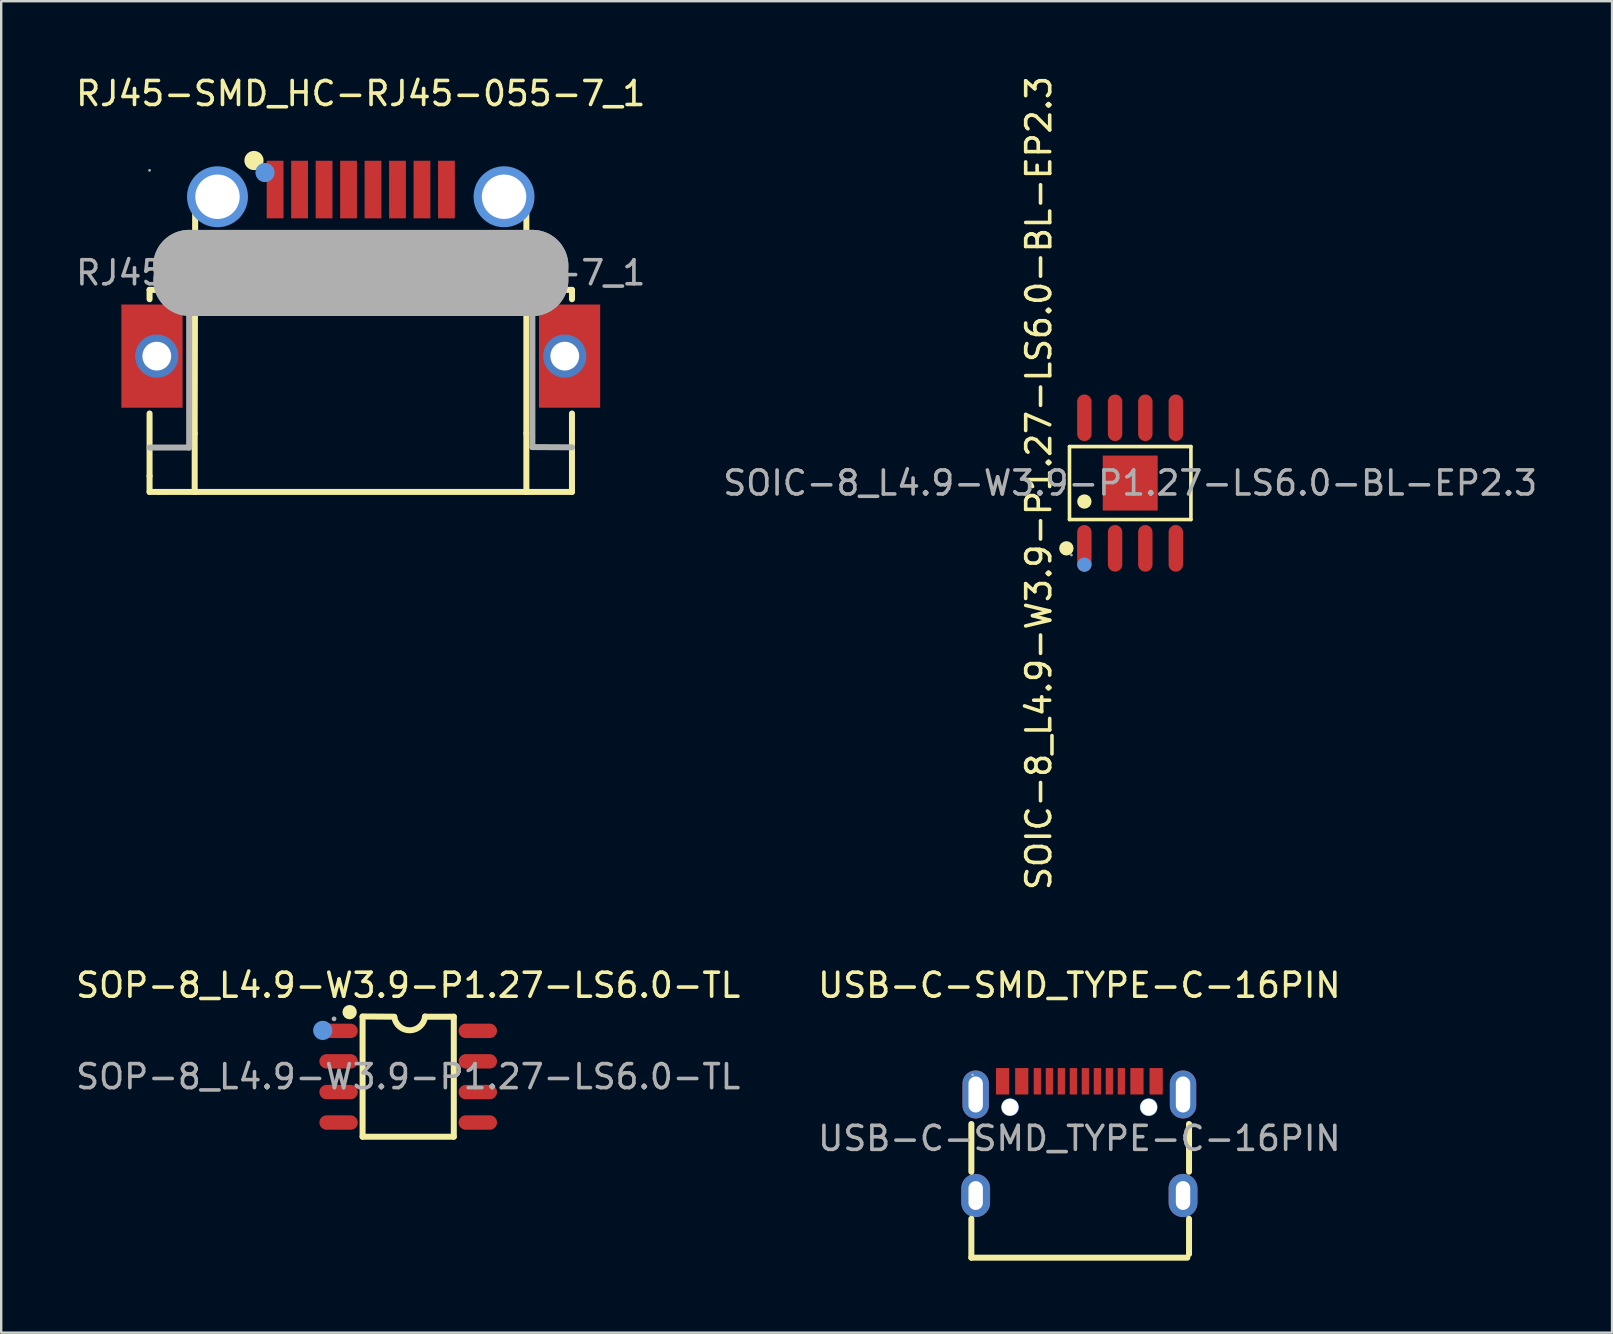
<source format=kicad_pcb>
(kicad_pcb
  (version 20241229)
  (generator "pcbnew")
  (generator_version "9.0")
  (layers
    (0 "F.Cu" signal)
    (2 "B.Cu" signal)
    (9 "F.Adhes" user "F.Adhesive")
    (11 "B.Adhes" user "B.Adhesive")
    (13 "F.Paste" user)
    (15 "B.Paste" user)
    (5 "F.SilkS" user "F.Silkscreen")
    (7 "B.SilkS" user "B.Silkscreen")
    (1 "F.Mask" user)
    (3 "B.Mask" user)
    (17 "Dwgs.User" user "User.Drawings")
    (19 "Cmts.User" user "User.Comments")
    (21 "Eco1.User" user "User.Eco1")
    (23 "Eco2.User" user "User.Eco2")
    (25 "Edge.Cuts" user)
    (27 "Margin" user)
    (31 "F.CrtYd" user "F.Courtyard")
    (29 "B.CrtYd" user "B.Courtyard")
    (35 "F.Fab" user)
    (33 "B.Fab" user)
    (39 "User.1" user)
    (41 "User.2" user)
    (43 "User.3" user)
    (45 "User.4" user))
  (footprint "SOIC-8_L4.9-W3.9-P1.27-LS6.0-BL-EP2.3"
    (layer "F.Cu")
    (at 44.042 17.077)
    (property "Reference" "SOIC-8_L4.9-W3.9-P1.27-LS6.0-BL-EP2.3" (at -3.81 0 90) (layer "F.SilkS") (effects (font (size 1 1) (thickness 0.15))))
    (attr smd)
    (fp_line (start -2.53 -1.52) (end 2.53 -1.52) (stroke (width 0.15) (type solid)) (layer "F.SilkS"))
    (fp_line (start -2.53 1.52) (end -2.53 -1.52) (stroke (width 0.15) (type solid)) (layer "F.SilkS"))
    (fp_line (start 2.53 -1.52) (end 2.53 1.52) (stroke (width 0.15) (type solid)) (layer "F.SilkS"))
    (fp_line (start 2.53 1.52) (end -2.53 1.52) (stroke (width 0.15) (type solid)) (layer "F.SilkS"))
    (fp_circle (center -2.66 2.72) (end -2.51 2.72) (stroke (width 0.3) (type solid)) (fill no) (layer "F.SilkS"))
    (fp_circle (center -1.91 0.77) (end -1.76 0.77) (stroke (width 0.3) (type solid)) (fill no) (layer "F.SilkS"))
    (fp_circle (center -1.91 3.4) (end -1.76 3.4) (stroke (width 0.3) (type solid)) (fill no) (layer "Cmts.User"))
    (fp_circle (center -2.45 3) (end -2.42 3) (stroke (width 0.06) (type solid)) (fill no) (layer "F.Fab"))
    (fp_text user "${REFERENCE}" (at 0 0 0) (layer "F.Fab") (effects (font (size 1 1) (thickness 0.15))))
    (pad "1" smd oval (at -1.91 2.72) (size 0.6 1.94) (layers "F.Cu" "F.Mask" "F.Paste"))
    (pad "2" smd oval (at -0.63 2.72) (size 0.6 1.94) (layers "F.Cu" "F.Mask" "F.Paste"))
    (pad "3" smd oval (at 0.63 2.72) (size 0.6 1.94) (layers "F.Cu" "F.Mask" "F.Paste"))
    (pad "4" smd oval (at 1.9 2.72) (size 0.6 1.94) (layers "F.Cu" "F.Mask" "F.Paste"))
    (pad "5" smd oval (at 1.9 -2.72) (size 0.6 1.94) (layers "F.Cu" "F.Mask" "F.Paste"))
    (pad "6" smd oval (at 0.63 -2.72) (size 0.6 1.94) (layers "F.Cu" "F.Mask" "F.Paste"))
    (pad "7" smd oval (at -0.63 -2.72) (size 0.6 1.94) (layers "F.Cu" "F.Mask" "F.Paste"))
    (pad "8" smd oval (at -1.91 -2.72) (size 0.6 1.94) (layers "F.Cu" "F.Mask" "F.Paste"))
    (pad "9" smd rect (at 0 0) (size 2.29 2.29) (layers "F.Cu" "F.Mask" "F.Paste")))
  (footprint "SOP-8_L4.9-W3.9-P1.27-LS6.0-TL"
    (layer "F.Cu")
    (at 13.958 41.813)
    (property "Reference" "SOP-8_L4.9-W3.9-P1.27-LS6.0-TL" (at 0 -3.81 0) (layer "F.SilkS") (effects (font (size 1 1) (thickness 0.15))))
    (attr smd)
    (fp_line (start -1.9 -2.51) (end -0.58 -2.5) (stroke (width 0.25) (type solid)) (layer "F.SilkS"))
    (fp_line (start -1.9 2.5) (end -1.9 -2.5) (stroke (width 0.25) (type solid)) (layer "F.SilkS"))
    (fp_line (start -1.9 2.5) (end 1.9 2.5) (stroke (width 0.25) (type solid)) (layer "F.SilkS"))
    (fp_line (start 1.9 -2.5) (end 0.71 -2.5) (stroke (width 0.25) (type solid)) (layer "F.SilkS"))
    (fp_line (start 1.9 2.5) (end 1.9 -2.5) (stroke (width 0.25) (type solid)) (layer "F.SilkS"))
    (fp_arc (start -2.44 -2.69) (mid -2.44 -2.69) (end -2.44 -2.69) (stroke (width 0.3) (type solid)) (layer "F.SilkS"))
    (fp_arc (start 0.702535 -2.510365) (mid 0.070261 -1.933784) (end -0.58 -2.49) (stroke (width 0.25) (type solid)) (layer "F.SilkS"))
    (fp_circle (center -3.56 -1.93) (end -3.36 -1.93) (stroke (width 0.4) (type solid)) (fill no) (layer "Cmts.User"))
    (fp_circle (center -3.09 -2.41) (end -3.04 -2.41) (stroke (width 0.1) (type solid)) (fill no) (layer "F.Fab"))
    (fp_text user "${REFERENCE}" (at 0 0 0) (layer "F.Fab") (effects (font (size 1 1) (thickness 0.15))))
    (pad "1" smd oval (at -2.9 -1.91 90) (size 0.6 1.6) (layers "F.Cu" "F.Mask" "F.Paste"))
    (pad "2" smd oval (at -2.9 -0.64 90) (size 0.6 1.6) (layers "F.Cu" "F.Mask" "F.Paste"))
    (pad "3" smd oval (at -2.9 0.64 90) (size 0.6 1.6) (layers "F.Cu" "F.Mask" "F.Paste"))
    (pad "4" smd oval (at -2.9 1.91 90) (size 0.6 1.6) (layers "F.Cu" "F.Mask" "F.Paste"))
    (pad "5" smd oval (at 2.9 1.91 90) (size 0.6 1.6) (layers "F.Cu" "F.Mask" "F.Paste"))
    (pad "6" smd oval (at 2.9 0.64 90) (size 0.6 1.6) (layers "F.Cu" "F.Mask" "F.Paste"))
    (pad "7" smd oval (at 2.9 -0.64 90) (size 0.6 1.6) (layers "F.Cu" "F.Mask" "F.Paste"))
    (pad "8" smd oval (at 2.9 -1.91 90) (size 0.6 1.6) (layers "F.Cu" "F.Mask" "F.Paste")))
  (footprint "RJ45-SMD_HC-RJ45-055-7_1"
    (layer "F.Cu")
    (at 11.982 8.318)
    (property "Reference" "RJ45-SMD_HC-RJ45-055-7_1" (at 0 -7.47 0) (layer "F.SilkS") (effects (font (size 1 1) (thickness 0.15))))
    (attr smd)
    (fp_line (start -8.8 0.71) (end -8.25 0.71) (stroke (width 0.25) (type solid)) (layer "F.SilkS"))
    (fp_line (start -8.8 1.1) (end -8.8 0.71) (stroke (width 0.25) (type solid)) (layer "F.SilkS"))
    (fp_line (start -8.8 8.46) (end -8.8 5.86) (stroke (width 0.25) (type solid)) (layer "F.SilkS"))
    (fp_line (start -8.8 8.46) (end -8.8 9.13) (stroke (width 0.25) (type solid)) (layer "F.SilkS"))
    (fp_line (start -8.4 0.71) (end -6.91 0.71) (stroke (width 0.25) (type solid)) (layer "F.SilkS"))
    (fp_line (start -8.4 9.13) (end -8.8 9.13) (stroke (width 0.25) (type solid)) (layer "F.SilkS"))
    (fp_line (start -8.4 9.13) (end -6.9 9.13) (stroke (width 0.25) (type solid)) (layer "F.SilkS"))
    (fp_line (start -6.92 6.7) (end -6.92 9.13) (stroke (width 0.25) (type solid)) (layer "F.SilkS"))
    (fp_line (start -6.9 -2.55) (end -6.92 6.7) (stroke (width 0.25) (type solid)) (layer "F.SilkS"))
    (fp_line (start -6.9 9.13) (end 6.9 9.13) (stroke (width 0.25) (type solid)) (layer "F.SilkS"))
    (fp_line (start 6.9 -2.55) (end 6.9 6.68) (stroke (width 0.25) (type solid)) (layer "F.SilkS"))
    (fp_line (start 6.9 6.68) (end 6.9 9.13) (stroke (width 0.25) (type solid)) (layer "F.SilkS"))
    (fp_line (start 7.3 0.71) (end 8.8 0.71) (stroke (width 0.25) (type solid)) (layer "F.SilkS"))
    (fp_line (start 8.8 1.1) (end 8.8 0.71) (stroke (width 0.25) (type solid)) (layer "F.SilkS"))
    (fp_line (start 8.8 8.74) (end 8.8 5.86) (stroke (width 0.25) (type solid)) (layer "F.SilkS"))
    (fp_line (start 8.8 8.74) (end 8.8 9.13) (stroke (width 0.25) (type solid)) (layer "F.SilkS"))
    (fp_line (start 8.8 9.13) (end 6.9 9.13) (stroke (width 0.25) (type solid)) (layer "F.SilkS"))
    (fp_circle (center -4.45 -4.68) (end -4.25 -4.68) (stroke (width 0.4) (type solid)) (fill no) (layer "F.SilkS"))
    (fp_circle (center -5.97 -3.17) (end -5.55 -3.17) (stroke (width 0.85) (type solid)) (fill no) (layer "Cmts.User"))
    (fp_circle (center -3.99 -4.18) (end -3.79 -4.18) (stroke (width 0.4) (type solid)) (fill no) (layer "Cmts.User"))
    (fp_circle (center 5.97 -3.17) (end 6.39 -3.17) (stroke (width 0.85) (type solid)) (fill no) (layer "Cmts.User"))
    (fp_line (start -8.8 7.28) (end -7.15 7.28) (stroke (width 0.25) (type solid)) (layer "F.Fab"))
    (fp_line (start -7.15 -0.67) (end 7.15 -0.67) (stroke (width 0.25) (type solid)) (layer "F.Fab"))
    (fp_line (start -7.15 -0.29) (end -7.15 -0.29) (stroke (width 3) (type solid)) (layer "F.Fab"))
    (fp_line (start -7.15 -0.29) (end 7.15 -0.29) (stroke (width 3) (type solid)) (layer "F.Fab"))
    (fp_line (start -7.15 7.28) (end -7.15 -0.67) (stroke (width 0.25) (type solid)) (layer "F.Fab"))
    (fp_line (start 7.15 -0.67) (end 7.15 7.26) (stroke (width 0.25) (type solid)) (layer "F.Fab"))
    (fp_line (start 7.15 -0.29) (end 7.15 0.3) (stroke (width 3) (type solid)) (layer "F.Fab"))
    (fp_line (start 7.15 0.3) (end -7.15 0.3) (stroke (width 3) (type solid)) (layer "F.Fab"))
    (fp_line (start 7.15 7.26) (end 8.8 7.27) (stroke (width 0.25) (type solid)) (layer "F.Fab"))
    (fp_circle (center -8.8 -4.27) (end -8.77 -4.27) (stroke (width 0.06) (type solid)) (fill no) (layer "F.Fab"))
    (fp_text user "${REFERENCE}" (at 0 0 0) (layer "F.Fab") (effects (font (size 1 1) (thickness 0.15))))
    (pad "" thru_hole circle (at -5.97 -3.17) (size 1.85 1.85) (drill 1.85) (layers "*.Cu" "*.Mask"))
    (pad "" thru_hole circle (at 5.97 -3.17) (size 1.85 1.85) (drill 1.85) (layers "*.Cu" "*.Mask"))
    (pad "1" smd rect (at -3.57 -3.47) (size 0.7 2.4) (layers "F.Cu" "F.Mask" "F.Paste"))
    (pad "2" smd rect (at -2.55 -3.47) (size 0.7 2.4) (layers "F.Cu" "F.Mask" "F.Paste"))
    (pad "3" smd rect (at -1.53 -3.47) (size 0.7 2.4) (layers "F.Cu" "F.Mask" "F.Paste"))
    (pad "4" smd rect (at -0.51 -3.47) (size 0.7 2.4) (layers "F.Cu" "F.Mask" "F.Paste"))
    (pad "5" smd rect (at 0.51 -3.47) (size 0.7 2.4) (layers "F.Cu" "F.Mask" "F.Paste"))
    (pad "6" smd rect (at 1.53 -3.47) (size 0.7 2.4) (layers "F.Cu" "F.Mask" "F.Paste"))
    (pad "7" smd rect (at 2.55 -3.47) (size 0.7 2.4) (layers "F.Cu" "F.Mask" "F.Paste"))
    (pad "8" smd rect (at 3.57 -3.47) (size 0.7 2.4) (layers "F.Cu" "F.Mask" "F.Paste"))
    (pad "9" thru_hole circle (at 8.5 3.47) (size 1.8 1.8) (drill 1.2) (layers "*.Cu" "*.Mask"))
    (pad "9" smd rect (at 8.7 3.47) (size 2.55 4.3) (layers "F.Cu" "F.Mask" "F.Paste"))
    (pad "10" smd rect (at -8.7 3.47) (size 2.55 4.3) (layers "F.Cu" "F.Mask" "F.Paste"))
    (pad "10" thru_hole circle (at -8.5 3.47) (size 1.8 1.8) (drill 1.2) (layers "*.Cu" "*.Mask")))
  (footprint "USB-C-SMD_TYPE-C-16PIN"
    (layer "F.Cu")
    (at 41.923 44.383)
    (property "Reference" "USB-C-SMD_TYPE-C-16PIN" (at 0 -6.38 0) (layer "F.SilkS") (effects (font (size 1 1) (thickness 0.15))))
    (attr smd)
    (fp_line (start -4.5 1.39) (end -4.5 -0.6) (stroke (width 0.25) (type solid)) (layer "F.SilkS"))
    (fp_line (start -4.5 4.97) (end -4.5 3.35) (stroke (width 0.25) (type solid)) (layer "F.SilkS"))
    (fp_line (start 4.5 4.97) (end -4.5 4.97) (stroke (width 0.25) (type solid)) (layer "F.SilkS"))
    (fp_line (start 4.57 1.39) (end 4.57 -0.6) (stroke (width 0.25) (type solid)) (layer "F.SilkS"))
    (fp_line (start 4.57 4.82) (end 4.57 3.35) (stroke (width 0.25) (type solid)) (layer "F.SilkS"))
    (fp_circle (center -2.89 -1.3) (end -2.77 -1.3) (stroke (width 0.25) (type solid)) (fill no) (layer "Cmts.User"))
    (fp_circle (center 2.89 -1.3) (end 3.01 -1.3) (stroke (width 0.25) (type solid)) (fill no) (layer "Cmts.User"))
    (fp_circle (center -4.45 -2.65) (end -4.42 -2.65) (stroke (width 0.06) (type solid)) (fill no) (layer "F.Fab"))
    (fp_text user "${REFERENCE}" (at 0 0 0) (layer "F.Fab") (effects (font (size 1 1) (thickness 0.15))))
    (pad "" thru_hole circle (at -2.89 -1.3) (size 0.7 0.7) (drill 0.7) (layers "*.Cu" "*.Mask"))
    (pad "" thru_hole circle (at 2.89 -1.3) (size 0.7 0.7) (drill 0.7) (layers "*.Cu" "*.Mask"))
    (pad "1" smd rect (at -3.2 -2.38) (size 0.55 1.1) (layers "F.Cu" "F.Mask" "F.Paste"))
    (pad "2" smd rect (at -2.4 -2.38) (size 0.55 1.1) (layers "F.Cu" "F.Mask" "F.Paste"))
    (pad "3" smd rect (at -1.75 -2.38) (size 0.3 1.1) (layers "F.Cu" "F.Mask" "F.Paste"))
    (pad "4" smd rect (at -1.25 -2.38) (size 0.3 1.1) (layers "F.Cu" "F.Mask" "F.Paste"))
    (pad "5" smd rect (at -0.75 -2.38) (size 0.3 1.1) (layers "F.Cu" "F.Mask" "F.Paste"))
    (pad "6" smd rect (at -0.25 -2.38) (size 0.3 1.1) (layers "F.Cu" "F.Mask" "F.Paste"))
    (pad "7" smd rect (at 0.25 -2.38) (size 0.3 1.1) (layers "F.Cu" "F.Mask" "F.Paste"))
    (pad "8" smd rect (at 0.75 -2.38) (size 0.3 1.1) (layers "F.Cu" "F.Mask" "F.Paste"))
    (pad "9" smd rect (at 1.25 -2.38) (size 0.3 1.1) (layers "F.Cu" "F.Mask" "F.Paste"))
    (pad "10" smd rect (at 1.75 -2.38) (size 0.3 1.1) (layers "F.Cu" "F.Mask" "F.Paste"))
    (pad "11" smd rect (at 2.4 -2.38) (size 0.55 1.1) (layers "F.Cu" "F.Mask" "F.Paste"))
    (pad "12" smd rect (at 3.2 -2.38) (size 0.55 1.1) (layers "F.Cu" "F.Mask" "F.Paste"))
    (pad "13" thru_hole oval (at -4.32 -1.83) (size 1.1 2) (drill oval 0.6 1.5) (layers "*.Cu" "*.Mask"))
    (pad "13" thru_hole oval (at -4.32 2.38) (size 1.2 1.8) (drill oval 0.6 1.2) (layers "*.Cu" "*.Mask"))
    (pad "13" thru_hole oval (at 4.32 -1.83) (size 1.1 2) (drill oval 0.6 1.5) (layers "*.Cu" "*.Mask"))
    (pad "13" thru_hole oval (at 4.32 2.38) (size 1.2 1.8) (drill oval 0.6 1.2) (layers "*.Cu" "*.Mask")))
  (gr_rect
    (start -3 -3)
    (end 64.119 52.478)
    (stroke (width 0.1) (type default))
    (fill no)
    (layer "Edge.Cuts")))
</source>
